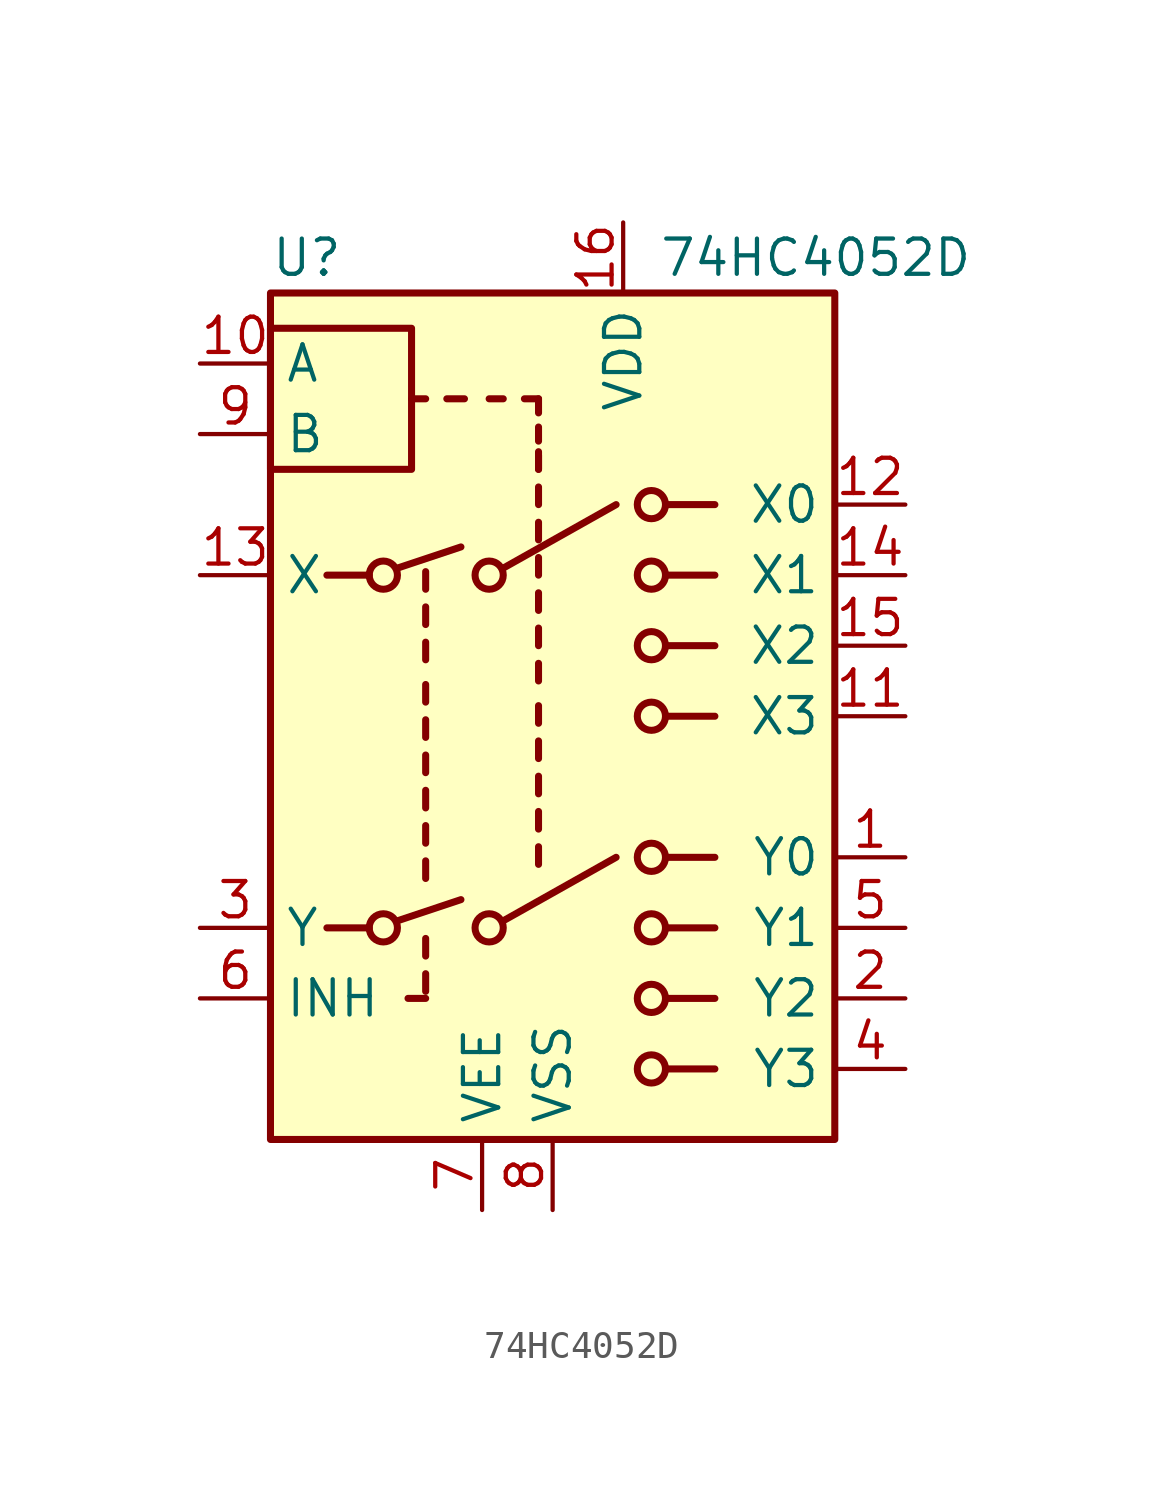
<source format=kicad_sym>
(kicad_symbol_lib
  (version 20231120)
  (generator "kicad_symbol_editor")
  (generator_version "8.0")
  (symbol "74HC4052D"
    (property "Reference" "U"
      (at -10.16 16.51 0)
      (effects (font (size 1.27 1.27)) (justify left)))
    (property "Value" "74HC4052D"
      (at 3.81 16.51 0)
      (effects (font (size 1.27 1.27)) (justify left)))
    (symbol "74HC4052D_0_1"
      (rectangle (start -10.16 8.89) (end -5.08 13.97) (stroke (width 0.254) (type default)) (fill (type none)))
      (rectangle (start -10.16 15.24) (end 10.16 -15.24) (stroke (width 0.254) (type default)) (fill (type background)))
      (circle (center -6.096 -7.62) (radius 0.508) (stroke (width 0.254) (type default)) (fill (type none)))
      (circle (center -6.096 5.08) (radius 0.508) (stroke (width 0.254) (type default)) (fill (type none)))
      (circle (center -2.286 -7.62) (radius 0.508) (stroke (width 0.254) (type default)) (fill (type none)))
      (circle (center -2.286 5.08) (radius 0.508) (stroke (width 0.254) (type default)) (fill (type none)))
      (polyline (pts (xy -8.128 -7.62) (xy -6.604 -7.62)) (stroke (width 0.254) (type default)) (fill (type none)))
      (polyline (pts (xy -8.128 5.08) (xy -6.604 5.08)) (stroke (width 0.254) (type default)) (fill (type none)))
      (polyline (pts (xy -5.588 -7.366) (xy -3.302 -6.604)) (stroke (width 0.254) (type default)) (fill (type none)))
      (polyline (pts (xy -5.588 5.334) (xy -3.302 6.096)) (stroke (width 0.254) (type default)) (fill (type none)))
      (polyline (pts (xy -4.572 -10.16) (xy -5.207 -10.16)) (stroke (width 0.254) (type default)) (fill (type none)))
      (polyline (pts (xy -4.572 -9.906) (xy -4.572 -9.271)) (stroke (width 0.254) (type default)) (fill (type none)))
      (polyline (pts (xy -4.572 -8.636) (xy -4.572 -8.001)) (stroke (width 0.254) (type default)) (fill (type none)))
      (polyline (pts (xy -4.572 -5.842) (xy -4.572 -5.207)) (stroke (width 0.254) (type default)) (fill (type none)))
      (polyline (pts (xy -4.572 -4.572) (xy -4.572 -3.937)) (stroke (width 0.254) (type default)) (fill (type none)))
      (polyline (pts (xy -4.572 -3.302) (xy -4.572 -2.667)) (stroke (width 0.254) (type default)) (fill (type none)))
      (polyline (pts (xy -4.572 -2.032) (xy -4.572 -1.397)) (stroke (width 0.254) (type default)) (fill (type none)))
      (polyline (pts (xy -4.572 -0.762) (xy -4.572 -0.127)) (stroke (width 0.254) (type default)) (fill (type none)))
      (polyline (pts (xy -4.572 0.508) (xy -4.572 1.143)) (stroke (width 0.254) (type default)) (fill (type none)))
      (polyline (pts (xy -4.572 2.032) (xy -4.572 2.667)) (stroke (width 0.254) (type default)) (fill (type none)))
      (polyline (pts (xy -4.572 3.302) (xy -4.572 3.937)) (stroke (width 0.254) (type default)) (fill (type none)))
      (polyline (pts (xy -4.572 4.572) (xy -4.572 5.207)) (stroke (width 0.254) (type default)) (fill (type none)))
      (polyline (pts (xy -4.572 11.43) (xy -5.08 11.43)) (stroke (width 0.254) (type default)) (fill (type none)))
      (polyline (pts (xy -3.81 11.43) (xy -3.175 11.43)) (stroke (width 0.254) (type default)) (fill (type none)))
      (polyline (pts (xy -1.778 -7.366) (xy 2.286 -5.08)) (stroke (width 0.254) (type default)) (fill (type none)))
      (polyline (pts (xy -1.778 5.334) (xy 2.286 7.62)) (stroke (width 0.254) (type default)) (fill (type none)))
      (polyline (pts (xy -1.778 11.43) (xy -2.286 11.43)) (stroke (width 0.254) (type default)) (fill (type none)))
      (polyline (pts (xy -0.508 -5.334) (xy -0.508 -4.699)) (stroke (width 0.254) (type default)) (fill (type none)))
      (polyline (pts (xy -0.508 -4.064) (xy -0.508 -3.429)) (stroke (width 0.254) (type default)) (fill (type none)))
      (polyline (pts (xy -0.508 -2.794) (xy -0.508 -2.159)) (stroke (width 0.254) (type default)) (fill (type none)))
      (polyline (pts (xy -0.508 -1.524) (xy -0.508 -0.889)) (stroke (width 0.254) (type default)) (fill (type none)))
      (polyline (pts (xy -0.508 -0.254) (xy -0.508 0.381)) (stroke (width 0.254) (type default)) (fill (type none)))
      (polyline (pts (xy -0.508 1.27) (xy -0.508 1.905)) (stroke (width 0.254) (type default)) (fill (type none)))
      (polyline (pts (xy -0.508 2.54) (xy -0.508 3.175)) (stroke (width 0.254) (type default)) (fill (type none)))
      (polyline (pts (xy -0.508 3.81) (xy -0.508 4.445)) (stroke (width 0.254) (type default)) (fill (type none)))
      (polyline (pts (xy -0.508 5.08) (xy -0.508 5.715)) (stroke (width 0.254) (type default)) (fill (type none)))
      (polyline (pts (xy -0.508 6.35) (xy -0.508 6.985)) (stroke (width 0.254) (type default)) (fill (type none)))
      (polyline (pts (xy -0.508 7.62) (xy -0.508 8.255)) (stroke (width 0.254) (type default)) (fill (type none)))
      (polyline (pts (xy -0.508 8.89) (xy -0.508 9.398)) (stroke (width 0.254) (type default)) (fill (type none)))
      (polyline (pts (xy -0.508 8.89) (xy -0.508 9.525)) (stroke (width 0.254) (type default)) (fill (type none)))
      (polyline (pts (xy -0.508 9.906) (xy -0.508 10.414)) (stroke (width 0.254) (type default)) (fill (type none)))
      (polyline (pts (xy -0.508 10.922) (xy -0.508 11.43)) (stroke (width 0.254) (type default)) (fill (type none)))
      (polyline (pts (xy -0.508 11.43) (xy -1.016 11.43)) (stroke (width 0.254) (type default)) (fill (type none)))
      (polyline (pts (xy 4.064 -12.7) (xy 5.842 -12.7)) (stroke (width 0.254) (type default)) (fill (type none)))
      (polyline (pts (xy 4.064 -10.16) (xy 5.842 -10.16)) (stroke (width 0.254) (type default)) (fill (type none)))
      (polyline (pts (xy 4.064 -7.62) (xy 5.842 -7.62)) (stroke (width 0.254) (type default)) (fill (type none)))
      (polyline (pts (xy 4.064 -5.08) (xy 5.842 -5.08)) (stroke (width 0.254) (type default)) (fill (type none)))
      (polyline (pts (xy 4.064 0) (xy 5.842 0)) (stroke (width 0.254) (type default)) (fill (type none)))
      (polyline (pts (xy 4.064 2.54) (xy 5.842 2.54)) (stroke (width 0.254) (type default)) (fill (type none)))
      (polyline (pts (xy 4.064 5.08) (xy 5.842 5.08)) (stroke (width 0.254) (type default)) (fill (type none)))
      (polyline (pts (xy 4.064 7.62) (xy 5.842 7.62)) (stroke (width 0.254) (type default)) (fill (type none)))
      (circle (center 3.556 -12.7) (radius 0.508) (stroke (width 0.254) (type default)) (fill (type none)))
      (circle (center 3.556 -10.16) (radius 0.508) (stroke (width 0.254) (type default)) (fill (type none)))
      (circle (center 3.556 -7.62) (radius 0.508) (stroke (width 0.254) (type default)) (fill (type none)))
      (circle (center 3.556 -5.08) (radius 0.508) (stroke (width 0.254) (type default)) (fill (type none)))
      (circle (center 3.556 0) (radius 0.508) (stroke (width 0.254) (type default)) (fill (type none)))
      (circle (center 3.556 2.54) (radius 0.508) (stroke (width 0.254) (type default)) (fill (type none)))
      (circle (center 3.556 5.08) (radius 0.508) (stroke (width 0.254) (type default)) (fill (type none)))
      (circle (center 3.556 7.62) (radius 0.508) (stroke (width 0.254) (type default)) (fill (type none))))
    (symbol "74HC4052D_1_1"
      (pin bidirectional line (at 12.7 -5.08 180) (length 2.54) (name "Y0" (effects (font (size 1.27 1.27)))) (number "1" (effects (font (size 1.27 1.27)))))
      (pin input line (at -12.7 12.7 0) (length 2.54) (name "A" (effects (font (size 1.27 1.27)))) (number "10" (effects (font (size 1.27 1.27)))))
      (pin bidirectional line (at 12.7 0 180) (length 2.54) (name "X3" (effects (font (size 1.27 1.27)))) (number "11" (effects (font (size 1.27 1.27)))))
      (pin bidirectional line (at 12.7 7.62 180) (length 2.54) (name "X0" (effects (font (size 1.27 1.27)))) (number "12" (effects (font (size 1.27 1.27)))))
      (pin bidirectional line (at -12.7 5.08 0) (length 2.54) (name "X" (effects (font (size 1.27 1.27)))) (number "13" (effects (font (size 1.27 1.27)))))
      (pin bidirectional line (at 12.7 5.08 180) (length 2.54) (name "X1" (effects (font (size 1.27 1.27)))) (number "14" (effects (font (size 1.27 1.27)))))
      (pin bidirectional line (at 12.7 2.54 180) (length 2.54) (name "X2" (effects (font (size 1.27 1.27)))) (number "15" (effects (font (size 1.27 1.27)))))
      (pin power_in line (at 2.54 17.78 270) (length 2.54) (name "VDD" (effects (font (size 1.27 1.27)))) (number "16" (effects (font (size 1.27 1.27)))))
      (pin bidirectional line (at 12.7 -10.16 180) (length 2.54) (name "Y2" (effects (font (size 1.27 1.27)))) (number "2" (effects (font (size 1.27 1.27)))))
      (pin bidirectional line (at -12.7 -7.62 0) (length 2.54) (name "Y" (effects (font (size 1.27 1.27)))) (number "3" (effects (font (size 1.27 1.27)))))
      (pin bidirectional line (at 12.7 -12.7 180) (length 2.54) (name "Y3" (effects (font (size 1.27 1.27)))) (number "4" (effects (font (size 1.27 1.27)))))
      (pin bidirectional line (at 12.7 -7.62 180) (length 2.54) (name "Y1" (effects (font (size 1.27 1.27)))) (number "5" (effects (font (size 1.27 1.27)))))
      (pin input line (at -12.7 -10.16 0) (length 2.54) (name "INH" (effects (font (size 1.27 1.27)))) (number "6" (effects (font (size 1.27 1.27)))))
      (pin power_in line (at -2.54 -17.78 90) (length 2.54) (name "VEE" (effects (font (size 1.27 1.27)))) (number "7" (effects (font (size 1.27 1.27)))))
      (pin power_in line (at 0 -17.78 90) (length 2.54) (name "VSS" (effects (font (size 1.27 1.27)))) (number "8" (effects (font (size 1.27 1.27)))))
      (pin input line (at -12.7 10.16 0) (length 2.54) (name "B" (effects (font (size 1.27 1.27)))) (number "9" (effects (font (size 1.27 1.27))))))))
</source>
